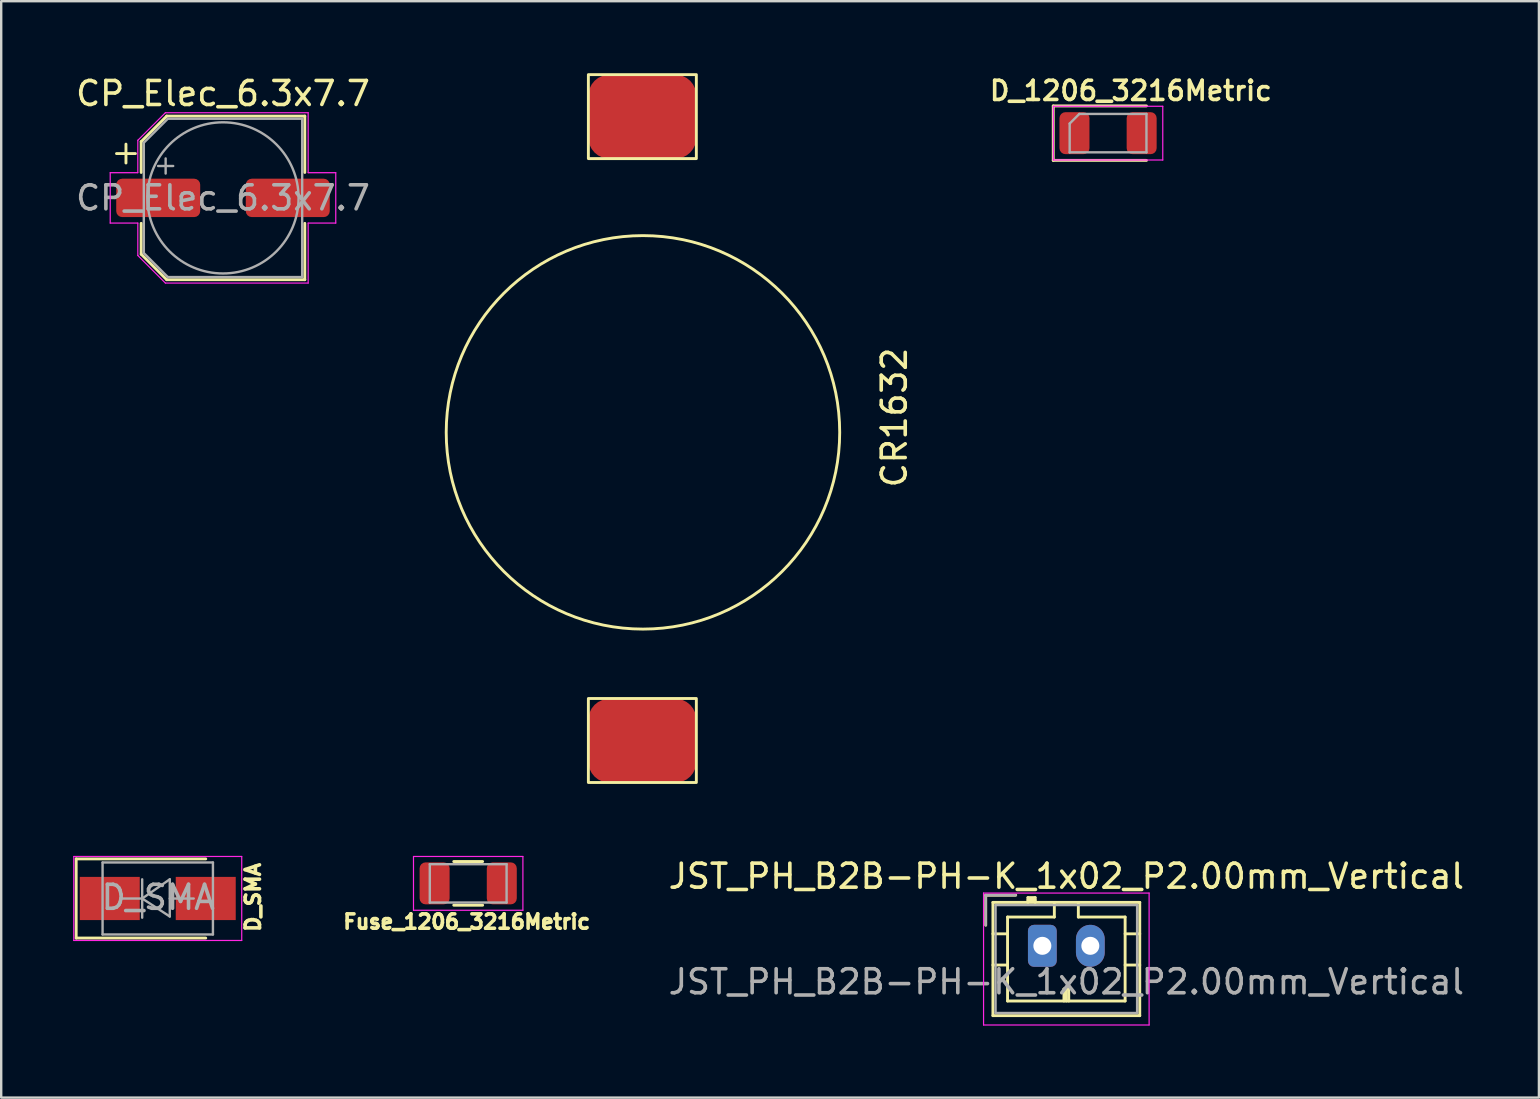
<source format=kicad_pcb>
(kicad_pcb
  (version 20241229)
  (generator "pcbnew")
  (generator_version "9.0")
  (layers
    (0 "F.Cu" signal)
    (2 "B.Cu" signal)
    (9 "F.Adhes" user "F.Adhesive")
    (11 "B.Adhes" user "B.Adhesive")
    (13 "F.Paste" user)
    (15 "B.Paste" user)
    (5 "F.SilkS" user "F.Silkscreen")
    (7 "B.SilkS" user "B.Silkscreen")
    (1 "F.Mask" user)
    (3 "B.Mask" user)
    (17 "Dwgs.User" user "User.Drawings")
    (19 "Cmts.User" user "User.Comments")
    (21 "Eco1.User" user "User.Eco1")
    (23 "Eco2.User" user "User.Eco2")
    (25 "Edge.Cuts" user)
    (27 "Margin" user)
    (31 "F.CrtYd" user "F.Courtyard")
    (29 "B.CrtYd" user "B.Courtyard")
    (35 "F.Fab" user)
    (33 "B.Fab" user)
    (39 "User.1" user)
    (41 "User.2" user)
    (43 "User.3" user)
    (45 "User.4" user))
  (footprint "CP_Elec_6.3x7.7"
    (layer "F.Cu")
    (at 6.244 5.198)
    (property "Reference" "CP_Elec_6.3x7.7" (at 0 -4.35 0) (layer "F.SilkS") (effects (font (size 1 1) (thickness 0.15))))
    (attr smd)
    (fp_line (start -4.438 -1.847) (end -3.65 -1.847) (stroke (width 0.12) (type solid)) (layer "F.SilkS"))
    (fp_line (start -4.044 -2.241) (end -4.044 -1.454) (stroke (width 0.12) (type solid)) (layer "F.SilkS"))
    (fp_line (start -3.41 -2.346) (end -3.41 -1.06) (stroke (width 0.12) (type solid)) (layer "F.SilkS"))
    (fp_line (start -3.41 -2.346) (end -2.346 -3.41) (stroke (width 0.12) (type solid)) (layer "F.SilkS"))
    (fp_line (start -3.41 2.346) (end -3.41 1.06) (stroke (width 0.12) (type solid)) (layer "F.SilkS"))
    (fp_line (start -3.41 2.346) (end -2.346 3.41) (stroke (width 0.12) (type solid)) (layer "F.SilkS"))
    (fp_line (start -2.346 -3.41) (end 3.41 -3.41) (stroke (width 0.12) (type solid)) (layer "F.SilkS"))
    (fp_line (start -2.346 3.41) (end 3.41 3.41) (stroke (width 0.12) (type solid)) (layer "F.SilkS"))
    (fp_line (start 3.41 -3.41) (end 3.41 -1.06) (stroke (width 0.12) (type solid)) (layer "F.SilkS"))
    (fp_line (start 3.41 3.41) (end 3.41 1.06) (stroke (width 0.12) (type solid)) (layer "F.SilkS"))
    (fp_line (start -4.7 -1.05) (end -4.7 1.05) (stroke (width 0.05) (type solid)) (layer "F.CrtYd"))
    (fp_line (start -4.7 1.05) (end -3.55 1.05) (stroke (width 0.05) (type solid)) (layer "F.CrtYd"))
    (fp_line (start -3.55 -2.4) (end -3.55 -1.05) (stroke (width 0.05) (type solid)) (layer "F.CrtYd"))
    (fp_line (start -3.55 -2.4) (end -2.4 -3.55) (stroke (width 0.05) (type solid)) (layer "F.CrtYd"))
    (fp_line (start -3.55 -1.05) (end -4.7 -1.05) (stroke (width 0.05) (type solid)) (layer "F.CrtYd"))
    (fp_line (start -3.55 1.05) (end -3.55 2.4) (stroke (width 0.05) (type solid)) (layer "F.CrtYd"))
    (fp_line (start -3.55 2.4) (end -2.4 3.55) (stroke (width 0.05) (type solid)) (layer "F.CrtYd"))
    (fp_line (start -2.4 -3.55) (end 3.55 -3.55) (stroke (width 0.05) (type solid)) (layer "F.CrtYd"))
    (fp_line (start -2.4 3.55) (end 3.55 3.55) (stroke (width 0.05) (type solid)) (layer "F.CrtYd"))
    (fp_line (start 3.55 -3.55) (end 3.55 -1.05) (stroke (width 0.05) (type solid)) (layer "F.CrtYd"))
    (fp_line (start 3.55 -1.05) (end 4.7 -1.05) (stroke (width 0.05) (type solid)) (layer "F.CrtYd"))
    (fp_line (start 3.55 1.05) (end 3.55 3.55) (stroke (width 0.05) (type solid)) (layer "F.CrtYd"))
    (fp_line (start 4.7 -1.05) (end 4.7 1.05) (stroke (width 0.05) (type solid)) (layer "F.CrtYd"))
    (fp_line (start 4.7 1.05) (end 3.55 1.05) (stroke (width 0.05) (type solid)) (layer "F.CrtYd"))
    (fp_line (start -3.3 -2.3) (end -3.3 2.3) (stroke (width 0.1) (type solid)) (layer "F.Fab"))
    (fp_line (start -3.3 -2.3) (end -2.3 -3.3) (stroke (width 0.1) (type solid)) (layer "F.Fab"))
    (fp_line (start -3.3 2.3) (end -2.3 3.3) (stroke (width 0.1) (type solid)) (layer "F.Fab"))
    (fp_line (start -2.705 -1.33) (end -2.075 -1.33) (stroke (width 0.1) (type solid)) (layer "F.Fab"))
    (fp_line (start -2.39 -1.645) (end -2.39 -1.015) (stroke (width 0.1) (type solid)) (layer "F.Fab"))
    (fp_line (start -2.3 -3.3) (end 3.3 -3.3) (stroke (width 0.1) (type solid)) (layer "F.Fab"))
    (fp_line (start -2.3 3.3) (end 3.3 3.3) (stroke (width 0.1) (type solid)) (layer "F.Fab"))
    (fp_line (start 3.3 -3.3) (end 3.3 3.3) (stroke (width 0.1) (type solid)) (layer "F.Fab"))
    (fp_circle (center 0 0) (end 3.15 0) (stroke (width 0.1) (type solid)) (fill no) (layer "F.Fab"))
    (fp_text user "${REFERENCE}" (at 0 0 0) (layer "F.Fab") (effects (font (size 1 1) (thickness 0.15))))
    (pad "1" smd roundrect (at -2.7 0 180) (size 3.5 1.6) (layers "F.Cu" "F.Mask" "F.Paste") (roundrect_rratio 0.156))
    (pad "2" smd roundrect (at 2.7 0 180) (size 3.5 1.6) (layers "F.Cu" "F.Mask" "F.Paste") (roundrect_rratio 0.156)))
  (footprint "JST_PH_B2B-PH-K_1x02_P2.00mm_Vertical"
    (layer "F.Cu")
    (at 40.394 36.371)
    (property "Reference" "JST_PH_B2B-PH-K_1x02_P2.00mm_Vertical" (at 1 -2.9 0) (layer "F.SilkS") (effects (font (size 1 1) (thickness 0.15))))
    (attr through_hole)
    (fp_line (start -2.36 -2.11) (end -2.36 -0.86) (stroke (width 0.12) (type solid)) (layer "F.SilkS"))
    (fp_line (start -2.06 -1.81) (end -2.06 2.91) (stroke (width 0.12) (type solid)) (layer "F.SilkS"))
    (fp_line (start -2.06 -0.5) (end -1.45 -0.5) (stroke (width 0.12) (type solid)) (layer "F.SilkS"))
    (fp_line (start -2.06 0.8) (end -1.45 0.8) (stroke (width 0.12) (type solid)) (layer "F.SilkS"))
    (fp_line (start -2.06 2.91) (end 4.06 2.91) (stroke (width 0.12) (type solid)) (layer "F.SilkS"))
    (fp_line (start -1.45 -1.2) (end -1.45 2.3) (stroke (width 0.12) (type solid)) (layer "F.SilkS"))
    (fp_line (start -1.45 2.3) (end 3.45 2.3) (stroke (width 0.12) (type solid)) (layer "F.SilkS"))
    (fp_line (start -1.11 -2.11) (end -2.36 -2.11) (stroke (width 0.12) (type solid)) (layer "F.SilkS"))
    (fp_line (start -0.6 -2.01) (end -0.6 -1.81) (stroke (width 0.12) (type solid)) (layer "F.SilkS"))
    (fp_line (start -0.3 -2.01) (end -0.6 -2.01) (stroke (width 0.12) (type solid)) (layer "F.SilkS"))
    (fp_line (start -0.3 -1.91) (end -0.6 -1.91) (stroke (width 0.12) (type solid)) (layer "F.SilkS"))
    (fp_line (start -0.3 -1.81) (end -0.3 -2.01) (stroke (width 0.12) (type solid)) (layer "F.SilkS"))
    (fp_line (start 0.5 -1.81) (end 0.5 -1.2) (stroke (width 0.12) (type solid)) (layer "F.SilkS"))
    (fp_line (start 0.5 -1.2) (end -1.45 -1.2) (stroke (width 0.12) (type solid)) (layer "F.SilkS"))
    (fp_line (start 0.9 1.8) (end 1.1 1.8) (stroke (width 0.12) (type solid)) (layer "F.SilkS"))
    (fp_line (start 0.9 2.3) (end 0.9 1.8) (stroke (width 0.12) (type solid)) (layer "F.SilkS"))
    (fp_line (start 1 2.3) (end 1 1.8) (stroke (width 0.12) (type solid)) (layer "F.SilkS"))
    (fp_line (start 1.1 1.8) (end 1.1 2.3) (stroke (width 0.12) (type solid)) (layer "F.SilkS"))
    (fp_line (start 1.5 -1.2) (end 1.5 -1.81) (stroke (width 0.12) (type solid)) (layer "F.SilkS"))
    (fp_line (start 3.45 -1.2) (end 1.5 -1.2) (stroke (width 0.12) (type solid)) (layer "F.SilkS"))
    (fp_line (start 3.45 2.3) (end 3.45 -1.2) (stroke (width 0.12) (type solid)) (layer "F.SilkS"))
    (fp_line (start 4.06 -1.81) (end -2.06 -1.81) (stroke (width 0.12) (type solid)) (layer "F.SilkS"))
    (fp_line (start 4.06 -0.5) (end 3.45 -0.5) (stroke (width 0.12) (type solid)) (layer "F.SilkS"))
    (fp_line (start 4.06 0.8) (end 3.45 0.8) (stroke (width 0.12) (type solid)) (layer "F.SilkS"))
    (fp_line (start 4.06 2.91) (end 4.06 -1.81) (stroke (width 0.12) (type solid)) (layer "F.SilkS"))
    (fp_line (start -2.45 -2.2) (end -2.45 3.3) (stroke (width 0.05) (type solid)) (layer "F.CrtYd"))
    (fp_line (start -2.45 3.3) (end 4.45 3.3) (stroke (width 0.05) (type solid)) (layer "F.CrtYd"))
    (fp_line (start 4.45 -2.2) (end -2.45 -2.2) (stroke (width 0.05) (type solid)) (layer "F.CrtYd"))
    (fp_line (start 4.45 3.3) (end 4.45 -2.2) (stroke (width 0.05) (type solid)) (layer "F.CrtYd"))
    (fp_line (start -2.36 -2.11) (end -2.36 -0.86) (stroke (width 0.1) (type solid)) (layer "F.Fab"))
    (fp_line (start -1.95 -1.7) (end -1.95 2.8) (stroke (width 0.1) (type solid)) (layer "F.Fab"))
    (fp_line (start -1.95 2.8) (end 3.95 2.8) (stroke (width 0.1) (type solid)) (layer "F.Fab"))
    (fp_line (start -1.11 -2.11) (end -2.36 -2.11) (stroke (width 0.1) (type solid)) (layer "F.Fab"))
    (fp_line (start 3.95 -1.7) (end -1.95 -1.7) (stroke (width 0.1) (type solid)) (layer "F.Fab"))
    (fp_line (start 3.95 2.8) (end 3.95 -1.7) (stroke (width 0.1) (type solid)) (layer "F.Fab"))
    (fp_text user "${REFERENCE}" (at 1 1.5 0) (layer "F.Fab") (effects (font (size 1 1) (thickness 0.15))))
    (pad "1" thru_hole roundrect (at 0 0) (size 1.2 1.75) (drill 0.75) (layers "*.Cu" "*.Mask") (roundrect_rratio 0.208))
    (pad "2" thru_hole oval (at 2 0) (size 1.2 1.75) (drill 0.75) (layers "*.Cu" "*.Mask")))
  (footprint "D_1206_3216Metric"
    (layer "F.Cu")
    (at 43.133 2.5)
    (property "Reference" "D_1206_3216Metric" (at 0.95 -1.768 0) (layer "F.SilkS") (effects (font (size 0.8 0.8) (thickness 0.15))))
    (attr smd)
    (fp_line (start -2.285 -1.135) (end -2.285 1.135) (stroke (width 0.12) (type solid)) (layer "F.SilkS"))
    (fp_line (start -2.285 1.135) (end 1.6 1.135) (stroke (width 0.12) (type solid)) (layer "F.SilkS"))
    (fp_line (start 1.6 -1.135) (end -2.285 -1.135) (stroke (width 0.12) (type solid)) (layer "F.SilkS"))
    (fp_line (start -2.28 -1.12) (end 2.28 -1.12) (stroke (width 0.05) (type solid)) (layer "F.CrtYd"))
    (fp_line (start -2.28 1.12) (end -2.28 -1.12) (stroke (width 0.05) (type solid)) (layer "F.CrtYd"))
    (fp_line (start 2.28 -1.12) (end 2.28 1.12) (stroke (width 0.05) (type solid)) (layer "F.CrtYd"))
    (fp_line (start 2.28 1.12) (end -2.28 1.12) (stroke (width 0.05) (type solid)) (layer "F.CrtYd"))
    (fp_line (start -1.6 -0.4) (end -1.6 0.8) (stroke (width 0.1) (type solid)) (layer "F.Fab"))
    (fp_line (start -1.6 0.8) (end 1.6 0.8) (stroke (width 0.1) (type solid)) (layer "F.Fab"))
    (fp_line (start -1.2 -0.8) (end -1.6 -0.4) (stroke (width 0.1) (type solid)) (layer "F.Fab"))
    (fp_line (start 1.6 -0.8) (end -1.2 -0.8) (stroke (width 0.1) (type solid)) (layer "F.Fab"))
    (fp_line (start 1.6 0.8) (end 1.6 -0.8) (stroke (width 0.1) (type solid)) (layer "F.Fab"))
    (fp_text user "${REFERENCE}" (at 0 0 0) (layer "F.Fab") (effects (font (size 0.8 0.001) (thickness 0.12))))
    (pad "1" smd roundrect (at -1.4 0 180) (size 1.25 1.75) (layers "F.Cu" "F.Mask" "F.Paste") (roundrect_rratio 0.2))
    (pad "2" smd roundrect (at 1.4 0 180) (size 1.25 1.75) (layers "F.Cu" "F.Mask" "F.Paste") (roundrect_rratio 0.2)))
  (footprint "Fuse_1206_3216Metric"
    (layer "F.Cu")
    (at 16.464 33.768)
    (property "Reference" "Fuse_1206_3216Metric" (at -0.06 1.6 0) (layer "F.SilkS") (effects (font (size 0.6 0.6) (thickness 0.15))))
    (attr smd)
    (fp_line (start -0.602 -0.91) (end 0.602 -0.91) (stroke (width 0.12) (type solid)) (layer "F.SilkS"))
    (fp_line (start -0.602 0.91) (end 0.602 0.91) (stroke (width 0.12) (type solid)) (layer "F.SilkS"))
    (fp_line (start -2.28 -1.12) (end 2.28 -1.12) (stroke (width 0.05) (type solid)) (layer "F.CrtYd"))
    (fp_line (start -2.28 1.12) (end -2.28 -1.12) (stroke (width 0.05) (type solid)) (layer "F.CrtYd"))
    (fp_line (start 2.28 -1.12) (end 2.28 1.12) (stroke (width 0.05) (type solid)) (layer "F.CrtYd"))
    (fp_line (start 2.28 1.12) (end -2.28 1.12) (stroke (width 0.05) (type solid)) (layer "F.CrtYd"))
    (fp_line (start -1.6 -0.8) (end 1.6 -0.8) (stroke (width 0.1) (type solid)) (layer "F.Fab"))
    (fp_line (start -1.6 0.8) (end -1.6 -0.8) (stroke (width 0.1) (type solid)) (layer "F.Fab"))
    (fp_line (start 1.6 -0.8) (end 1.6 0.8) (stroke (width 0.1) (type solid)) (layer "F.Fab"))
    (fp_line (start 1.6 0.8) (end -1.6 0.8) (stroke (width 0.1) (type solid)) (layer "F.Fab"))
    (pad "1" smd roundrect (at -1.4 0 180) (size 1.25 1.75) (layers "F.Cu" "F.Mask" "F.Paste") (roundrect_rratio 0.2))
    (pad "2" smd roundrect (at 1.4 0 180) (size 1.25 1.75) (layers "F.Cu" "F.Mask" "F.Paste") (roundrect_rratio 0.2)))
  (footprint "D_SMA"
    (layer "F.Cu")
    (at 3.525 34.398)
    (property "Reference" "D_SMA" (at 3.971 -0.047 90) (layer "F.SilkS") (effects (font (size 0.6 0.6) (thickness 0.15))))
    (attr smd)
    (fp_line (start -3.4 -1.65) (end -3.4 1.65) (stroke (width 0.12) (type solid)) (layer "F.SilkS"))
    (fp_line (start -3.4 -1.65) (end 2 -1.65) (stroke (width 0.12) (type solid)) (layer "F.SilkS"))
    (fp_line (start -3.4 1.65) (end 2 1.65) (stroke (width 0.12) (type solid)) (layer "F.SilkS"))
    (fp_line (start -3.5 -1.75) (end 3.5 -1.75) (stroke (width 0.05) (type solid)) (layer "F.CrtYd"))
    (fp_line (start -3.5 1.75) (end -3.5 -1.75) (stroke (width 0.05) (type solid)) (layer "F.CrtYd"))
    (fp_line (start 3.5 -1.75) (end 3.5 1.75) (stroke (width 0.05) (type solid)) (layer "F.CrtYd"))
    (fp_line (start 3.5 1.75) (end -3.5 1.75) (stroke (width 0.05) (type solid)) (layer "F.CrtYd"))
    (fp_line (start -2.3 1.5) (end -2.3 -1.5) (stroke (width 0.1) (type solid)) (layer "F.Fab"))
    (fp_line (start -0.649 -0.799) (end -0.649 0.801) (stroke (width 0.1) (type solid)) (layer "F.Fab"))
    (fp_line (start -0.649 0.001) (end -1.551 0.001) (stroke (width 0.1) (type solid)) (layer "F.Fab"))
    (fp_line (start -0.649 0.001) (end 0.501 -0.799) (stroke (width 0.1) (type solid)) (layer "F.Fab"))
    (fp_line (start -0.649 0.001) (end 0.501 0.75) (stroke (width 0.1) (type solid)) (layer "F.Fab"))
    (fp_line (start 0.501 0.001) (end 1.499 0.001) (stroke (width 0.1) (type solid)) (layer "F.Fab"))
    (fp_line (start 0.501 0.75) (end 0.501 -0.799) (stroke (width 0.1) (type solid)) (layer "F.Fab"))
    (fp_line (start 2.3 -1.5) (end -2.3 -1.5) (stroke (width 0.1) (type solid)) (layer "F.Fab"))
    (fp_line (start 2.3 -1.5) (end 2.3 1.5) (stroke (width 0.1) (type solid)) (layer "F.Fab"))
    (fp_line (start 2.3 1.5) (end -2.3 1.5) (stroke (width 0.1) (type solid)) (layer "F.Fab"))
    (fp_text user "${REFERENCE}" (at 0.021 -0.047 0) (layer "F.Fab") (effects (font (size 1 1) (thickness 0.15))))
    (pad "1" smd rect (at -2 0 180) (size 2.5 1.8) (layers "F.Cu" "F.Mask" "F.Paste"))
    (pad "2" smd rect (at 2 0 180) (size 2.5 1.8) (layers "F.Cu" "F.Mask" "F.Paste")))
  (footprint "CR1632"
    (layer "F.Cu")
    (at 23.723 1.813)
    (property "Reference" "CR1632" (at 10.501 12.539 90) (unlocked yes) (layer "F.SilkS") (effects (font (size 1 1) (thickness 0.15))))
    (attr smd)
    (fp_rect (start 2.25 1.747) (end -2.25 -1.753) (stroke (width 0.12) (type solid)) (fill no) (layer "F.SilkS"))
    (fp_rect (start 2.25 27.75) (end -2.25 24.25) (stroke (width 0.12) (type solid)) (fill no) (layer "F.SilkS"))
    (fp_circle (center 0.025 13.157) (end 8.225 13.157) (stroke (width 0.12) (type solid)) (fill no) (layer "F.SilkS"))
    (pad "1" smd roundrect (at 0 0 180) (size 4.5 3.5) (layers "F.Cu" "F.Mask" "F.Paste") (roundrect_rratio 0.25))
    (pad "1" smd roundrect (at 0 26.01 180) (size 4.5 3.5) (layers "F.Cu" "F.Mask" "F.Paste") (roundrect_rratio 0.25)))
  (gr_rect
    (start -3 -3)
    (end 61.091 42.696)
    (stroke (width 0.1) (type default))
    (fill no)
    (layer "Edge.Cuts")))
</source>
